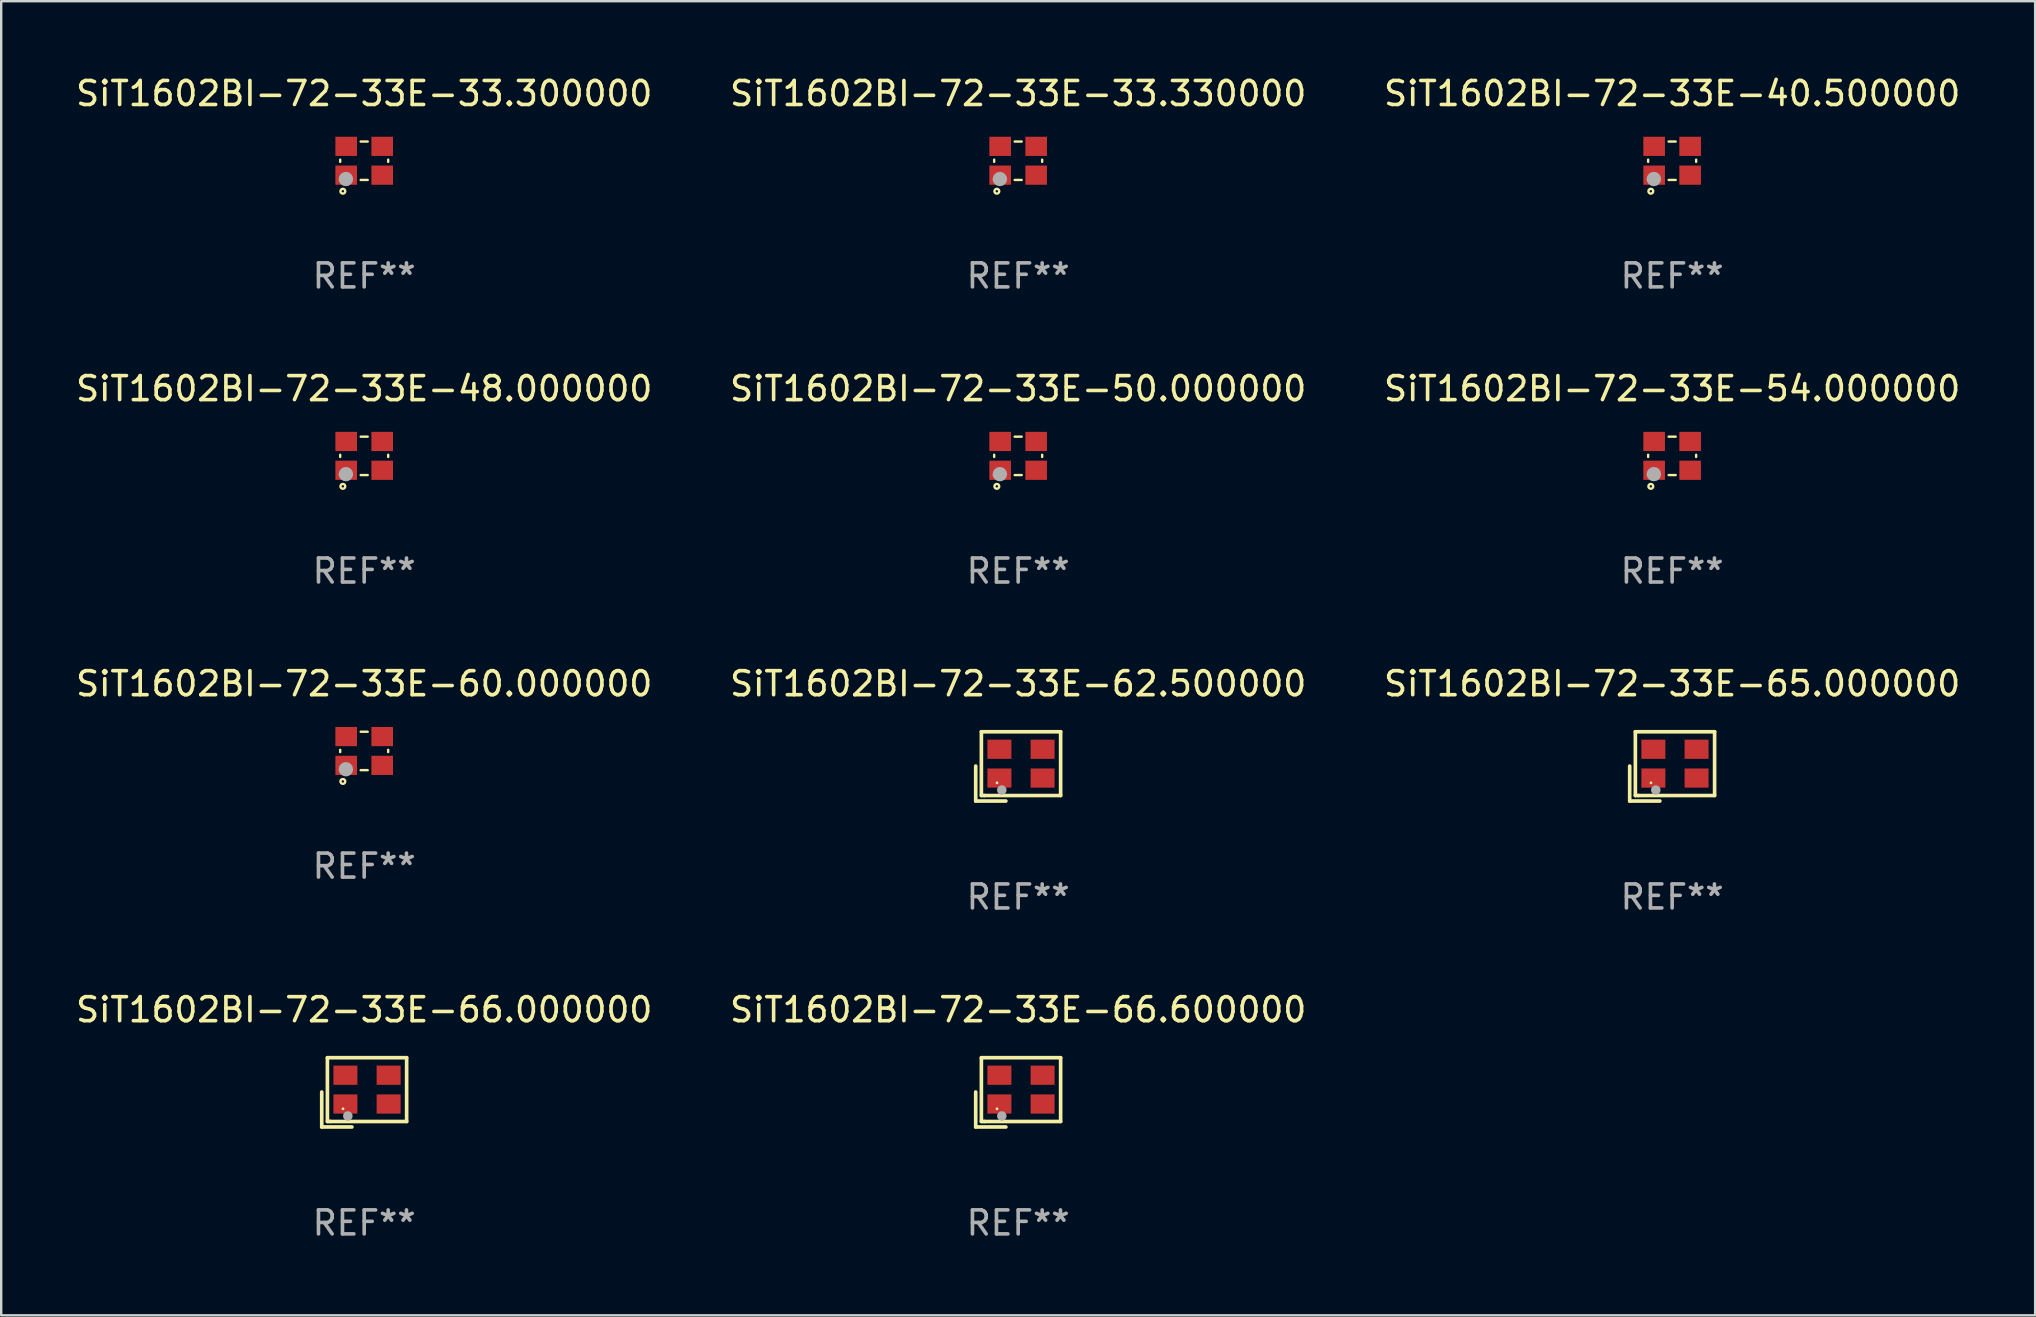
<source format=kicad_pcb>
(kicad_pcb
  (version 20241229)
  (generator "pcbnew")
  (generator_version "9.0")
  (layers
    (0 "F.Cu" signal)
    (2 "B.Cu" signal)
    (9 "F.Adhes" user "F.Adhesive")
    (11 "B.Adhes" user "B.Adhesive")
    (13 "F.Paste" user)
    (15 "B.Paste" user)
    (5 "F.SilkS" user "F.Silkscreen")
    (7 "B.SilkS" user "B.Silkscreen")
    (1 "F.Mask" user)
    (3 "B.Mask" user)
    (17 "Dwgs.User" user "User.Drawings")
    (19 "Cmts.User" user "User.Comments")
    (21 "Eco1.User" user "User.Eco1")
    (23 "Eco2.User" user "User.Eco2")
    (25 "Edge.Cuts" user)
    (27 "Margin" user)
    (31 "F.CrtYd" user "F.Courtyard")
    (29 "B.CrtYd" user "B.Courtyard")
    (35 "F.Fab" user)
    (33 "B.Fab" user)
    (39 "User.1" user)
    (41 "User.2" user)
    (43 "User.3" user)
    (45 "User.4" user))
  (footprint "SiT1602BI-72-33E-40.500000"
    (layer "F.Cu")
    (at 66.625 3.648)
    (property "Reference" "SiT1602BI-72-33E-40.500000" (at 0 -2.8 0) (layer "F.SilkS") (effects (font (size 1 1) (thickness 0.15))))
    (attr through_hole)
    (fp_line (start -1 -0.046) (end -1 0.046) (stroke (width 0.1) (type solid)) (layer "F.SilkS"))
    (fp_line (start -0.146 -0.8) (end 0.146 -0.8) (stroke (width 0.1) (type solid)) (layer "F.SilkS"))
    (fp_line (start -0.146 0.8) (end 0.146 0.8) (stroke (width 0.1) (type solid)) (layer "F.SilkS"))
    (fp_line (start 1 -0.046) (end 1 0.046) (stroke (width 0.1) (type solid)) (layer "F.SilkS"))
    (fp_circle (center -1 0.8) (end -0.97 0.8) (stroke (width 0.06) (type solid)) (fill no) (layer "F.SilkS"))
    (fp_circle (center -0.889 1.27) (end -0.789 1.27) (stroke (width 0.1) (type solid)) (fill no) (layer "F.SilkS"))
    (fp_circle (center -0.762 0.762) (end -0.612 0.762) (stroke (width 0.3) (type solid)) (fill no) (layer "F.Fab"))
    (fp_text user "REF**" (at 0 4.8 0) (layer "F.Fab") (effects (font (size 1 1) (thickness 0.15))))
    (pad "1" smd rect (at -0.75 0.6) (size 0.9 0.8) (layers "F.Cu" "F.Mask" "F.Paste"))
    (pad "2" smd rect (at 0.75 0.6) (size 0.9 0.8) (layers "F.Cu" "F.Mask" "F.Paste"))
    (pad "3" smd rect (at 0.75 -0.6) (size 0.9 0.8) (layers "F.Cu" "F.Mask" "F.Paste"))
    (pad "4" smd rect (at -0.75 -0.6) (size 0.9 0.8) (layers "F.Cu" "F.Mask" "F.Paste")))
  (footprint "SiT1602BI-72-33E-48.000000"
    (layer "F.Cu")
    (at 12.125 15.945)
    (property "Reference" "SiT1602BI-72-33E-48.000000" (at 0 -2.8 0) (layer "F.SilkS") (effects (font (size 1 1) (thickness 0.15))))
    (attr through_hole)
    (fp_line (start -1 -0.046) (end -1 0.046) (stroke (width 0.1) (type solid)) (layer "F.SilkS"))
    (fp_line (start -0.146 -0.8) (end 0.146 -0.8) (stroke (width 0.1) (type solid)) (layer "F.SilkS"))
    (fp_line (start -0.146 0.8) (end 0.146 0.8) (stroke (width 0.1) (type solid)) (layer "F.SilkS"))
    (fp_line (start 1 -0.046) (end 1 0.046) (stroke (width 0.1) (type solid)) (layer "F.SilkS"))
    (fp_circle (center -1 0.8) (end -0.97 0.8) (stroke (width 0.06) (type solid)) (fill no) (layer "F.SilkS"))
    (fp_circle (center -0.889 1.27) (end -0.789 1.27) (stroke (width 0.1) (type solid)) (fill no) (layer "F.SilkS"))
    (fp_circle (center -0.762 0.762) (end -0.612 0.762) (stroke (width 0.3) (type solid)) (fill no) (layer "F.Fab"))
    (fp_text user "REF**" (at 0 4.8 0) (layer "F.Fab") (effects (font (size 1 1) (thickness 0.15))))
    (pad "1" smd rect (at -0.75 0.6) (size 0.9 0.8) (layers "F.Cu" "F.Mask" "F.Paste"))
    (pad "2" smd rect (at 0.75 0.6) (size 0.9 0.8) (layers "F.Cu" "F.Mask" "F.Paste"))
    (pad "3" smd rect (at 0.75 -0.6) (size 0.9 0.8) (layers "F.Cu" "F.Mask" "F.Paste"))
    (pad "4" smd rect (at -0.75 -0.6) (size 0.9 0.8) (layers "F.Cu" "F.Mask" "F.Paste")))
  (footprint "SiT1602BI-72-33E-65.000000"
    (layer "F.Cu")
    (at 66.625 28.884)
    (property "Reference" "SiT1602BI-72-33E-65.000000" (at 0 -3.443 0) (layer "F.SilkS") (effects (font (size 1 1) (thickness 0.15))))
    (attr through_hole)
    (fp_line (start -1.769 -0.014) (end -1.769 1.443) (stroke (width 0.152) (type solid)) (layer "F.SilkS"))
    (fp_line (start -1.769 1.443) (end -0.512 1.443) (stroke (width 0.152) (type solid)) (layer "F.SilkS"))
    (fp_line (start -1.533 -1.443) (end 1.769 -1.443) (stroke (width 0.152) (type solid)) (layer "F.SilkS"))
    (fp_line (start -1.533 1.214) (end -1.533 -1.443) (stroke (width 0.152) (type solid)) (layer "F.SilkS"))
    (fp_line (start -1.411 1.214) (end -1.533 1.214) (stroke (width 0.152) (type solid)) (layer "F.SilkS"))
    (fp_line (start 1.769 -1.443) (end 1.769 1.214) (stroke (width 0.152) (type solid)) (layer "F.SilkS"))
    (fp_line (start 1.769 1.214) (end -1.411 1.214) (stroke (width 0.152) (type solid)) (layer "F.SilkS"))
    (fp_circle (center -0.882 0.686) (end -0.852 0.686) (stroke (width 0.06) (type solid)) (fill no) (layer "F.SilkS"))
    (fp_circle (center -0.682 0.986) (end -0.582 0.986) (stroke (width 0.2) (type solid)) (fill no) (layer "F.Fab"))
    (fp_text user "REF**" (at 0 5.443 0) (layer "F.Fab") (effects (font (size 1 1) (thickness 0.15))))
    (pad "1" smd rect (at -0.782 0.486 90) (size 0.8 1) (layers "F.Cu" "F.Mask" "F.Paste"))
    (pad "2" smd rect (at 1.018 0.486 90) (size 0.8 1) (layers "F.Cu" "F.Mask" "F.Paste"))
    (pad "3" smd rect (at 1.018 -0.714 90) (size 0.8 1) (layers "F.Cu" "F.Mask" "F.Paste"))
    (pad "4" smd rect (at -0.782 -0.714 90) (size 0.8 1) (layers "F.Cu" "F.Mask" "F.Paste")))
  (footprint "SiT1602BI-72-33E-33.300000"
    (layer "F.Cu")
    (at 12.125 3.648)
    (property "Reference" "SiT1602BI-72-33E-33.300000" (at 0 -2.8 0) (layer "F.SilkS") (effects (font (size 1 1) (thickness 0.15))))
    (attr through_hole)
    (fp_line (start -1 -0.046) (end -1 0.046) (stroke (width 0.1) (type solid)) (layer "F.SilkS"))
    (fp_line (start -0.146 -0.8) (end 0.146 -0.8) (stroke (width 0.1) (type solid)) (layer "F.SilkS"))
    (fp_line (start -0.146 0.8) (end 0.146 0.8) (stroke (width 0.1) (type solid)) (layer "F.SilkS"))
    (fp_line (start 1 -0.046) (end 1 0.046) (stroke (width 0.1) (type solid)) (layer "F.SilkS"))
    (fp_circle (center -1 0.8) (end -0.97 0.8) (stroke (width 0.06) (type solid)) (fill no) (layer "F.SilkS"))
    (fp_circle (center -0.889 1.27) (end -0.789 1.27) (stroke (width 0.1) (type solid)) (fill no) (layer "F.SilkS"))
    (fp_circle (center -0.762 0.762) (end -0.612 0.762) (stroke (width 0.3) (type solid)) (fill no) (layer "F.Fab"))
    (fp_text user "REF**" (at 0 4.8 0) (layer "F.Fab") (effects (font (size 1 1) (thickness 0.15))))
    (pad "1" smd rect (at -0.75 0.6) (size 0.9 0.8) (layers "F.Cu" "F.Mask" "F.Paste"))
    (pad "2" smd rect (at 0.75 0.6) (size 0.9 0.8) (layers "F.Cu" "F.Mask" "F.Paste"))
    (pad "3" smd rect (at 0.75 -0.6) (size 0.9 0.8) (layers "F.Cu" "F.Mask" "F.Paste"))
    (pad "4" smd rect (at -0.75 -0.6) (size 0.9 0.8) (layers "F.Cu" "F.Mask" "F.Paste")))
  (footprint "SiT1602BI-72-33E-62.500000"
    (layer "F.Cu")
    (at 39.375 28.884)
    (property "Reference" "SiT1602BI-72-33E-62.500000" (at 0 -3.443 0) (layer "F.SilkS") (effects (font (size 1 1) (thickness 0.15))))
    (attr through_hole)
    (fp_line (start -1.769 -0.014) (end -1.769 1.443) (stroke (width 0.152) (type solid)) (layer "F.SilkS"))
    (fp_line (start -1.769 1.443) (end -0.512 1.443) (stroke (width 0.152) (type solid)) (layer "F.SilkS"))
    (fp_line (start -1.533 -1.443) (end 1.769 -1.443) (stroke (width 0.152) (type solid)) (layer "F.SilkS"))
    (fp_line (start -1.533 1.214) (end -1.533 -1.443) (stroke (width 0.152) (type solid)) (layer "F.SilkS"))
    (fp_line (start -1.411 1.214) (end -1.533 1.214) (stroke (width 0.152) (type solid)) (layer "F.SilkS"))
    (fp_line (start 1.769 -1.443) (end 1.769 1.214) (stroke (width 0.152) (type solid)) (layer "F.SilkS"))
    (fp_line (start 1.769 1.214) (end -1.411 1.214) (stroke (width 0.152) (type solid)) (layer "F.SilkS"))
    (fp_circle (center -0.882 0.686) (end -0.852 0.686) (stroke (width 0.06) (type solid)) (fill no) (layer "F.SilkS"))
    (fp_circle (center -0.682 0.986) (end -0.582 0.986) (stroke (width 0.2) (type solid)) (fill no) (layer "F.Fab"))
    (fp_text user "REF**" (at 0 5.443 0) (layer "F.Fab") (effects (font (size 1 1) (thickness 0.15))))
    (pad "1" smd rect (at -0.782 0.486 90) (size 0.8 1) (layers "F.Cu" "F.Mask" "F.Paste"))
    (pad "2" smd rect (at 1.018 0.486 90) (size 0.8 1) (layers "F.Cu" "F.Mask" "F.Paste"))
    (pad "3" smd rect (at 1.018 -0.714 90) (size 0.8 1) (layers "F.Cu" "F.Mask" "F.Paste"))
    (pad "4" smd rect (at -0.782 -0.714 90) (size 0.8 1) (layers "F.Cu" "F.Mask" "F.Paste")))
  (footprint "SiT1602BI-72-33E-60.000000"
    (layer "F.Cu")
    (at 12.125 28.241)
    (property "Reference" "SiT1602BI-72-33E-60.000000" (at 0 -2.8 0) (layer "F.SilkS") (effects (font (size 1 1) (thickness 0.15))))
    (attr through_hole)
    (fp_line (start -1 -0.046) (end -1 0.046) (stroke (width 0.1) (type solid)) (layer "F.SilkS"))
    (fp_line (start -0.146 -0.8) (end 0.146 -0.8) (stroke (width 0.1) (type solid)) (layer "F.SilkS"))
    (fp_line (start -0.146 0.8) (end 0.146 0.8) (stroke (width 0.1) (type solid)) (layer "F.SilkS"))
    (fp_line (start 1 -0.046) (end 1 0.046) (stroke (width 0.1) (type solid)) (layer "F.SilkS"))
    (fp_circle (center -1 0.8) (end -0.97 0.8) (stroke (width 0.06) (type solid)) (fill no) (layer "F.SilkS"))
    (fp_circle (center -0.889 1.27) (end -0.789 1.27) (stroke (width 0.1) (type solid)) (fill no) (layer "F.SilkS"))
    (fp_circle (center -0.762 0.762) (end -0.612 0.762) (stroke (width 0.3) (type solid)) (fill no) (layer "F.Fab"))
    (fp_text user "REF**" (at 0 4.8 0) (layer "F.Fab") (effects (font (size 1 1) (thickness 0.15))))
    (pad "1" smd rect (at -0.75 0.6) (size 0.9 0.8) (layers "F.Cu" "F.Mask" "F.Paste"))
    (pad "2" smd rect (at 0.75 0.6) (size 0.9 0.8) (layers "F.Cu" "F.Mask" "F.Paste"))
    (pad "3" smd rect (at 0.75 -0.6) (size 0.9 0.8) (layers "F.Cu" "F.Mask" "F.Paste"))
    (pad "4" smd rect (at -0.75 -0.6) (size 0.9 0.8) (layers "F.Cu" "F.Mask" "F.Paste")))
  (footprint "SiT1602BI-72-33E-66.600000"
    (layer "F.Cu")
    (at 39.375 42.466)
    (property "Reference" "SiT1602BI-72-33E-66.600000" (at 0 -3.443 0) (layer "F.SilkS") (effects (font (size 1 1) (thickness 0.15))))
    (attr through_hole)
    (fp_line (start -1.769 -0.014) (end -1.769 1.443) (stroke (width 0.152) (type solid)) (layer "F.SilkS"))
    (fp_line (start -1.769 1.443) (end -0.512 1.443) (stroke (width 0.152) (type solid)) (layer "F.SilkS"))
    (fp_line (start -1.533 -1.443) (end 1.769 -1.443) (stroke (width 0.152) (type solid)) (layer "F.SilkS"))
    (fp_line (start -1.533 1.214) (end -1.533 -1.443) (stroke (width 0.152) (type solid)) (layer "F.SilkS"))
    (fp_line (start -1.411 1.214) (end -1.533 1.214) (stroke (width 0.152) (type solid)) (layer "F.SilkS"))
    (fp_line (start 1.769 -1.443) (end 1.769 1.214) (stroke (width 0.152) (type solid)) (layer "F.SilkS"))
    (fp_line (start 1.769 1.214) (end -1.411 1.214) (stroke (width 0.152) (type solid)) (layer "F.SilkS"))
    (fp_circle (center -0.882 0.686) (end -0.852 0.686) (stroke (width 0.06) (type solid)) (fill no) (layer "F.SilkS"))
    (fp_circle (center -0.682 0.986) (end -0.582 0.986) (stroke (width 0.2) (type solid)) (fill no) (layer "F.Fab"))
    (fp_text user "REF**" (at 0 5.443 0) (layer "F.Fab") (effects (font (size 1 1) (thickness 0.15))))
    (pad "1" smd rect (at -0.782 0.486 90) (size 0.8 1) (layers "F.Cu" "F.Mask" "F.Paste"))
    (pad "2" smd rect (at 1.018 0.486 90) (size 0.8 1) (layers "F.Cu" "F.Mask" "F.Paste"))
    (pad "3" smd rect (at 1.018 -0.714 90) (size 0.8 1) (layers "F.Cu" "F.Mask" "F.Paste"))
    (pad "4" smd rect (at -0.782 -0.714 90) (size 0.8 1) (layers "F.Cu" "F.Mask" "F.Paste")))
  (footprint "SiT1602BI-72-33E-54.000000"
    (layer "F.Cu")
    (at 66.625 15.945)
    (property "Reference" "SiT1602BI-72-33E-54.000000" (at 0 -2.8 0) (layer "F.SilkS") (effects (font (size 1 1) (thickness 0.15))))
    (attr through_hole)
    (fp_line (start -1 -0.046) (end -1 0.046) (stroke (width 0.1) (type solid)) (layer "F.SilkS"))
    (fp_line (start -0.146 -0.8) (end 0.146 -0.8) (stroke (width 0.1) (type solid)) (layer "F.SilkS"))
    (fp_line (start -0.146 0.8) (end 0.146 0.8) (stroke (width 0.1) (type solid)) (layer "F.SilkS"))
    (fp_line (start 1 -0.046) (end 1 0.046) (stroke (width 0.1) (type solid)) (layer "F.SilkS"))
    (fp_circle (center -1 0.8) (end -0.97 0.8) (stroke (width 0.06) (type solid)) (fill no) (layer "F.SilkS"))
    (fp_circle (center -0.889 1.27) (end -0.789 1.27) (stroke (width 0.1) (type solid)) (fill no) (layer "F.SilkS"))
    (fp_circle (center -0.762 0.762) (end -0.612 0.762) (stroke (width 0.3) (type solid)) (fill no) (layer "F.Fab"))
    (fp_text user "REF**" (at 0 4.8 0) (layer "F.Fab") (effects (font (size 1 1) (thickness 0.15))))
    (pad "1" smd rect (at -0.75 0.6) (size 0.9 0.8) (layers "F.Cu" "F.Mask" "F.Paste"))
    (pad "2" smd rect (at 0.75 0.6) (size 0.9 0.8) (layers "F.Cu" "F.Mask" "F.Paste"))
    (pad "3" smd rect (at 0.75 -0.6) (size 0.9 0.8) (layers "F.Cu" "F.Mask" "F.Paste"))
    (pad "4" smd rect (at -0.75 -0.6) (size 0.9 0.8) (layers "F.Cu" "F.Mask" "F.Paste")))
  (footprint "SiT1602BI-72-33E-33.330000"
    (layer "F.Cu")
    (at 39.375 3.648)
    (property "Reference" "SiT1602BI-72-33E-33.330000" (at 0 -2.8 0) (layer "F.SilkS") (effects (font (size 1 1) (thickness 0.15))))
    (attr through_hole)
    (fp_line (start -1 -0.046) (end -1 0.046) (stroke (width 0.1) (type solid)) (layer "F.SilkS"))
    (fp_line (start -0.146 -0.8) (end 0.146 -0.8) (stroke (width 0.1) (type solid)) (layer "F.SilkS"))
    (fp_line (start -0.146 0.8) (end 0.146 0.8) (stroke (width 0.1) (type solid)) (layer "F.SilkS"))
    (fp_line (start 1 -0.046) (end 1 0.046) (stroke (width 0.1) (type solid)) (layer "F.SilkS"))
    (fp_circle (center -1 0.8) (end -0.97 0.8) (stroke (width 0.06) (type solid)) (fill no) (layer "F.SilkS"))
    (fp_circle (center -0.889 1.27) (end -0.789 1.27) (stroke (width 0.1) (type solid)) (fill no) (layer "F.SilkS"))
    (fp_circle (center -0.762 0.762) (end -0.612 0.762) (stroke (width 0.3) (type solid)) (fill no) (layer "F.Fab"))
    (fp_text user "REF**" (at 0 4.8 0) (layer "F.Fab") (effects (font (size 1 1) (thickness 0.15))))
    (pad "1" smd rect (at -0.75 0.6) (size 0.9 0.8) (layers "F.Cu" "F.Mask" "F.Paste"))
    (pad "2" smd rect (at 0.75 0.6) (size 0.9 0.8) (layers "F.Cu" "F.Mask" "F.Paste"))
    (pad "3" smd rect (at 0.75 -0.6) (size 0.9 0.8) (layers "F.Cu" "F.Mask" "F.Paste"))
    (pad "4" smd rect (at -0.75 -0.6) (size 0.9 0.8) (layers "F.Cu" "F.Mask" "F.Paste")))
  (footprint "SiT1602BI-72-33E-50.000000"
    (layer "F.Cu")
    (at 39.375 15.945)
    (property "Reference" "SiT1602BI-72-33E-50.000000" (at 0 -2.8 0) (layer "F.SilkS") (effects (font (size 1 1) (thickness 0.15))))
    (attr through_hole)
    (fp_line (start -1 -0.046) (end -1 0.046) (stroke (width 0.1) (type solid)) (layer "F.SilkS"))
    (fp_line (start -0.146 -0.8) (end 0.146 -0.8) (stroke (width 0.1) (type solid)) (layer "F.SilkS"))
    (fp_line (start -0.146 0.8) (end 0.146 0.8) (stroke (width 0.1) (type solid)) (layer "F.SilkS"))
    (fp_line (start 1 -0.046) (end 1 0.046) (stroke (width 0.1) (type solid)) (layer "F.SilkS"))
    (fp_circle (center -1 0.8) (end -0.97 0.8) (stroke (width 0.06) (type solid)) (fill no) (layer "F.SilkS"))
    (fp_circle (center -0.889 1.27) (end -0.789 1.27) (stroke (width 0.1) (type solid)) (fill no) (layer "F.SilkS"))
    (fp_circle (center -0.762 0.762) (end -0.612 0.762) (stroke (width 0.3) (type solid)) (fill no) (layer "F.Fab"))
    (fp_text user "REF**" (at 0 4.8 0) (layer "F.Fab") (effects (font (size 1 1) (thickness 0.15))))
    (pad "1" smd rect (at -0.75 0.6) (size 0.9 0.8) (layers "F.Cu" "F.Mask" "F.Paste"))
    (pad "2" smd rect (at 0.75 0.6) (size 0.9 0.8) (layers "F.Cu" "F.Mask" "F.Paste"))
    (pad "3" smd rect (at 0.75 -0.6) (size 0.9 0.8) (layers "F.Cu" "F.Mask" "F.Paste"))
    (pad "4" smd rect (at -0.75 -0.6) (size 0.9 0.8) (layers "F.Cu" "F.Mask" "F.Paste")))
  (footprint "SiT1602BI-72-33E-66.000000"
    (layer "F.Cu")
    (at 12.125 42.466)
    (property "Reference" "SiT1602BI-72-33E-66.000000" (at 0 -3.443 0) (layer "F.SilkS") (effects (font (size 1 1) (thickness 0.15))))
    (attr through_hole)
    (fp_line (start -1.769 -0.014) (end -1.769 1.443) (stroke (width 0.152) (type solid)) (layer "F.SilkS"))
    (fp_line (start -1.769 1.443) (end -0.512 1.443) (stroke (width 0.152) (type solid)) (layer "F.SilkS"))
    (fp_line (start -1.533 -1.443) (end 1.769 -1.443) (stroke (width 0.152) (type solid)) (layer "F.SilkS"))
    (fp_line (start -1.533 1.214) (end -1.533 -1.443) (stroke (width 0.152) (type solid)) (layer "F.SilkS"))
    (fp_line (start -1.411 1.214) (end -1.533 1.214) (stroke (width 0.152) (type solid)) (layer "F.SilkS"))
    (fp_line (start 1.769 -1.443) (end 1.769 1.214) (stroke (width 0.152) (type solid)) (layer "F.SilkS"))
    (fp_line (start 1.769 1.214) (end -1.411 1.214) (stroke (width 0.152) (type solid)) (layer "F.SilkS"))
    (fp_circle (center -0.882 0.686) (end -0.852 0.686) (stroke (width 0.06) (type solid)) (fill no) (layer "F.SilkS"))
    (fp_circle (center -0.682 0.986) (end -0.582 0.986) (stroke (width 0.2) (type solid)) (fill no) (layer "F.Fab"))
    (fp_text user "REF**" (at 0 5.443 0) (layer "F.Fab") (effects (font (size 1 1) (thickness 0.15))))
    (pad "1" smd rect (at -0.782 0.486 90) (size 0.8 1) (layers "F.Cu" "F.Mask" "F.Paste"))
    (pad "2" smd rect (at 1.018 0.486 90) (size 0.8 1) (layers "F.Cu" "F.Mask" "F.Paste"))
    (pad "3" smd rect (at 1.018 -0.714 90) (size 0.8 1) (layers "F.Cu" "F.Mask" "F.Paste"))
    (pad "4" smd rect (at -0.782 -0.714 90) (size 0.8 1) (layers "F.Cu" "F.Mask" "F.Paste")))
  (gr_rect
    (start -3 -3)
    (end 81.75 51.757)
    (stroke (width 0.1) (type default))
    (fill no)
    (layer "Edge.Cuts")))
</source>
